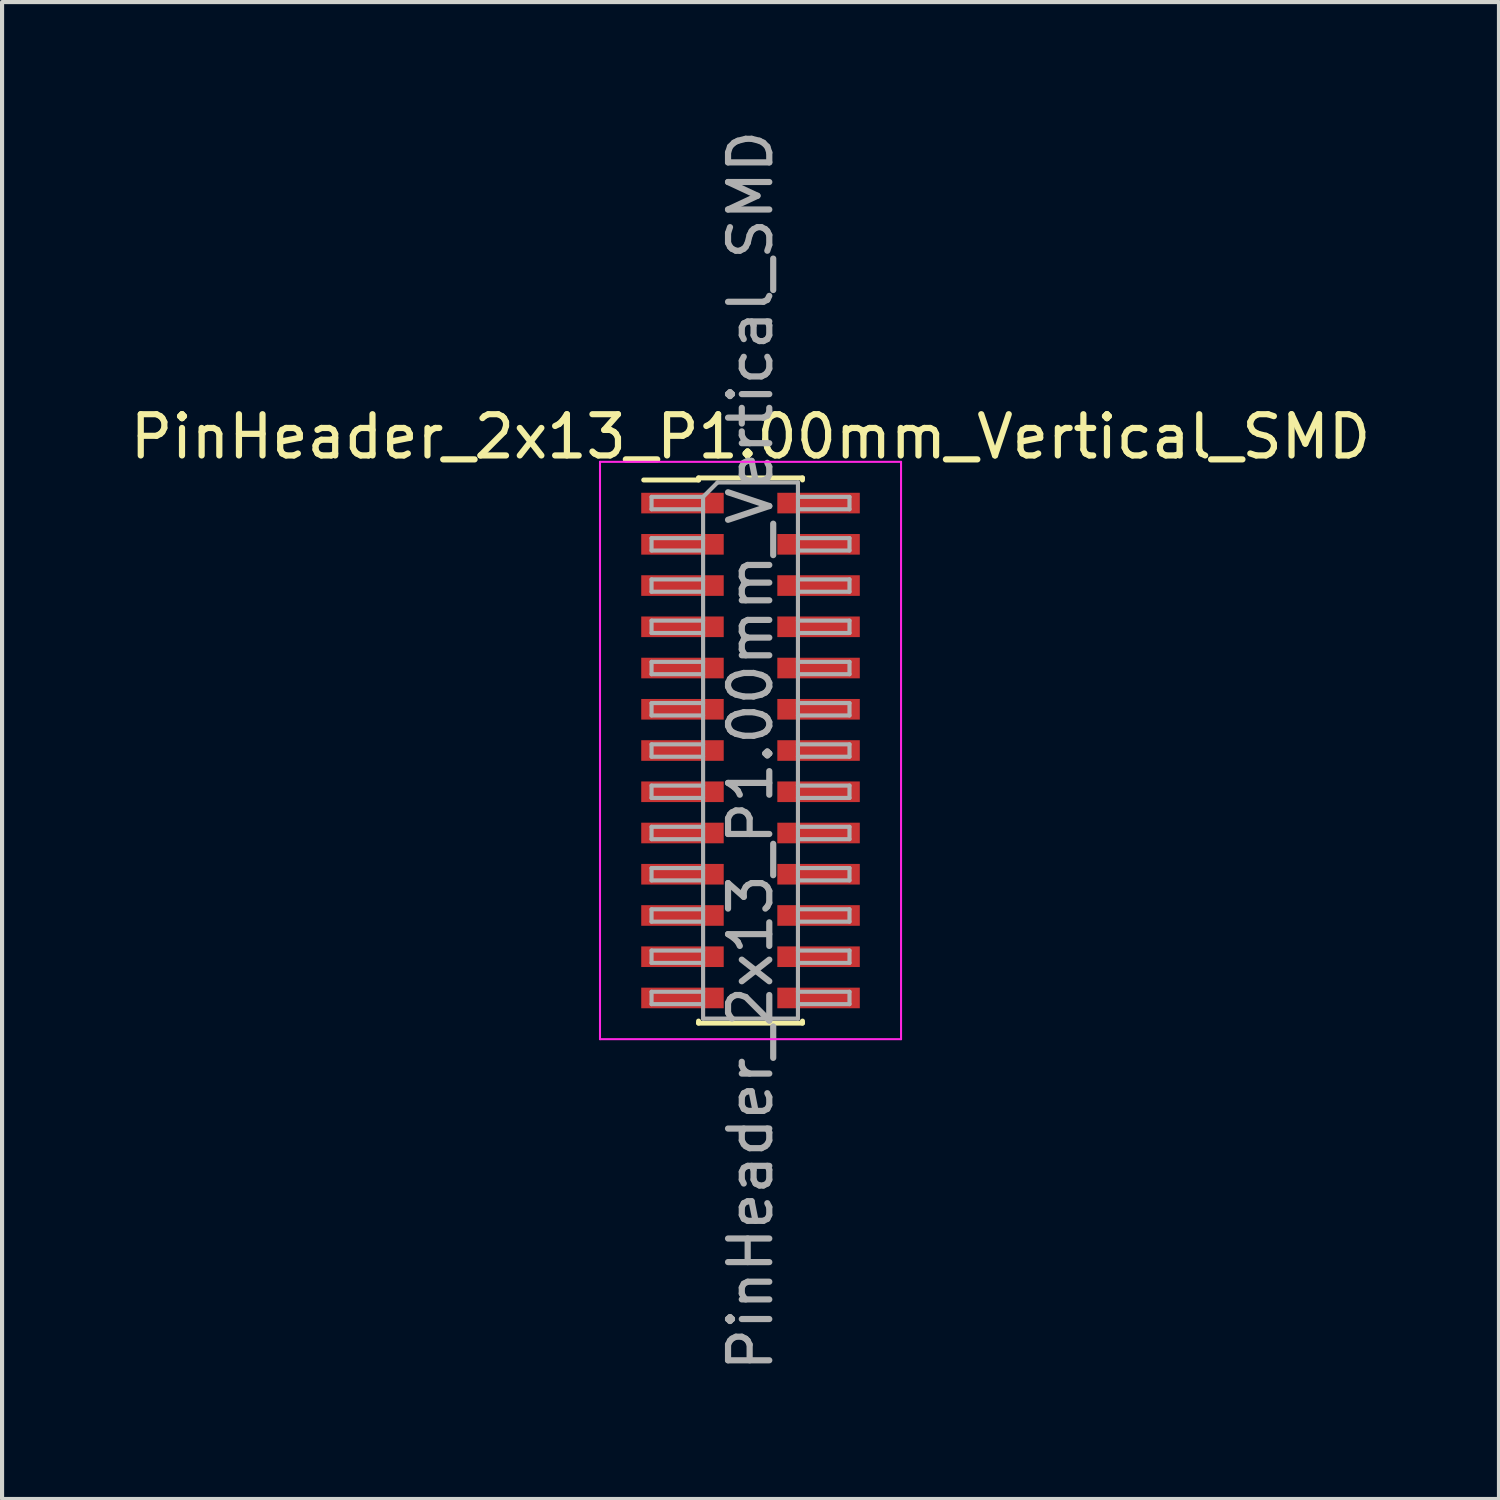
<source format=kicad_pcb>
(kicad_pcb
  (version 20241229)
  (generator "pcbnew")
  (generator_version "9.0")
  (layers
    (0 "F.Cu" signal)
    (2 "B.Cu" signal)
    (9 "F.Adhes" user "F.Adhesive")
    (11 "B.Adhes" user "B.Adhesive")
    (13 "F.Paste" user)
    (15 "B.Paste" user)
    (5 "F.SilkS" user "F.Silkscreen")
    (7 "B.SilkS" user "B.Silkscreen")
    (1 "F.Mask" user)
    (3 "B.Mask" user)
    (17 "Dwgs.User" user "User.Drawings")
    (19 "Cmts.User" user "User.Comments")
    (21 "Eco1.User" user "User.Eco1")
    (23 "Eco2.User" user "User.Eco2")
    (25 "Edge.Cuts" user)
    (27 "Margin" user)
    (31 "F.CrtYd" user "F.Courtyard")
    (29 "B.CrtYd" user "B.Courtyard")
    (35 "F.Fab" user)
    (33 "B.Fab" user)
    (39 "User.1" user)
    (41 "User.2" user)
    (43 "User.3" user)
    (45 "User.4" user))
  (footprint "PinHeader_2x13_P1.00mm_Vertical_SMD"
    (layer "F.Cu")
    (at 15.149 15.149)
    (property "Reference" "PinHeader_2x13_P1.00mm_Vertical_SMD" (at 0 -7.61 0) (layer "F.SilkS") (effects (font (size 1 1) (thickness 0.15))))
    (attr smd)
    (fp_line (start -2.59 -6.56) (end -1.26 -6.56) (stroke (width 0.12) (type solid)) (layer "F.SilkS"))
    (fp_line (start -1.26 -6.61) (end -1.26 -6.56) (stroke (width 0.12) (type solid)) (layer "F.SilkS"))
    (fp_line (start -1.26 -6.61) (end 1.26 -6.61) (stroke (width 0.12) (type solid)) (layer "F.SilkS"))
    (fp_line (start -1.26 6.56) (end -1.26 6.61) (stroke (width 0.12) (type solid)) (layer "F.SilkS"))
    (fp_line (start -1.26 6.61) (end 1.26 6.61) (stroke (width 0.12) (type solid)) (layer "F.SilkS"))
    (fp_line (start 1.26 -6.61) (end 1.26 -6.56) (stroke (width 0.12) (type solid)) (layer "F.SilkS"))
    (fp_line (start 1.26 6.56) (end 1.26 6.61) (stroke (width 0.12) (type solid)) (layer "F.SilkS"))
    (fp_line (start -3.65 -7) (end -3.65 7) (stroke (width 0.05) (type solid)) (layer "F.CrtYd"))
    (fp_line (start -3.65 7) (end 3.65 7) (stroke (width 0.05) (type solid)) (layer "F.CrtYd"))
    (fp_line (start 3.65 -7) (end -3.65 -7) (stroke (width 0.05) (type solid)) (layer "F.CrtYd"))
    (fp_line (start 3.65 7) (end 3.65 -7) (stroke (width 0.05) (type solid)) (layer "F.CrtYd"))
    (fp_line (start -2.4 -6.15) (end -2.4 -5.85) (stroke (width 0.1) (type solid)) (layer "F.Fab"))
    (fp_line (start -2.4 -5.85) (end -1.15 -5.85) (stroke (width 0.1) (type solid)) (layer "F.Fab"))
    (fp_line (start -2.4 -5.15) (end -2.4 -4.85) (stroke (width 0.1) (type solid)) (layer "F.Fab"))
    (fp_line (start -2.4 -4.85) (end -1.15 -4.85) (stroke (width 0.1) (type solid)) (layer "F.Fab"))
    (fp_line (start -2.4 -4.15) (end -2.4 -3.85) (stroke (width 0.1) (type solid)) (layer "F.Fab"))
    (fp_line (start -2.4 -3.85) (end -1.15 -3.85) (stroke (width 0.1) (type solid)) (layer "F.Fab"))
    (fp_line (start -2.4 -3.15) (end -2.4 -2.85) (stroke (width 0.1) (type solid)) (layer "F.Fab"))
    (fp_line (start -2.4 -2.85) (end -1.15 -2.85) (stroke (width 0.1) (type solid)) (layer "F.Fab"))
    (fp_line (start -2.4 -2.15) (end -2.4 -1.85) (stroke (width 0.1) (type solid)) (layer "F.Fab"))
    (fp_line (start -2.4 -1.85) (end -1.15 -1.85) (stroke (width 0.1) (type solid)) (layer "F.Fab"))
    (fp_line (start -2.4 -1.15) (end -2.4 -0.85) (stroke (width 0.1) (type solid)) (layer "F.Fab"))
    (fp_line (start -2.4 -0.85) (end -1.15 -0.85) (stroke (width 0.1) (type solid)) (layer "F.Fab"))
    (fp_line (start -2.4 -0.15) (end -2.4 0.15) (stroke (width 0.1) (type solid)) (layer "F.Fab"))
    (fp_line (start -2.4 0.15) (end -1.15 0.15) (stroke (width 0.1) (type solid)) (layer "F.Fab"))
    (fp_line (start -2.4 0.85) (end -2.4 1.15) (stroke (width 0.1) (type solid)) (layer "F.Fab"))
    (fp_line (start -2.4 1.15) (end -1.15 1.15) (stroke (width 0.1) (type solid)) (layer "F.Fab"))
    (fp_line (start -2.4 1.85) (end -2.4 2.15) (stroke (width 0.1) (type solid)) (layer "F.Fab"))
    (fp_line (start -2.4 2.15) (end -1.15 2.15) (stroke (width 0.1) (type solid)) (layer "F.Fab"))
    (fp_line (start -2.4 2.85) (end -2.4 3.15) (stroke (width 0.1) (type solid)) (layer "F.Fab"))
    (fp_line (start -2.4 3.15) (end -1.15 3.15) (stroke (width 0.1) (type solid)) (layer "F.Fab"))
    (fp_line (start -2.4 3.85) (end -2.4 4.15) (stroke (width 0.1) (type solid)) (layer "F.Fab"))
    (fp_line (start -2.4 4.15) (end -1.15 4.15) (stroke (width 0.1) (type solid)) (layer "F.Fab"))
    (fp_line (start -2.4 4.85) (end -2.4 5.15) (stroke (width 0.1) (type solid)) (layer "F.Fab"))
    (fp_line (start -2.4 5.15) (end -1.15 5.15) (stroke (width 0.1) (type solid)) (layer "F.Fab"))
    (fp_line (start -2.4 5.85) (end -2.4 6.15) (stroke (width 0.1) (type solid)) (layer "F.Fab"))
    (fp_line (start -2.4 6.15) (end -1.15 6.15) (stroke (width 0.1) (type solid)) (layer "F.Fab"))
    (fp_line (start -1.15 -6.15) (end -2.4 -6.15) (stroke (width 0.1) (type solid)) (layer "F.Fab"))
    (fp_line (start -1.15 -6.15) (end -0.8 -6.5) (stroke (width 0.1) (type solid)) (layer "F.Fab"))
    (fp_line (start -1.15 -5.15) (end -2.4 -5.15) (stroke (width 0.1) (type solid)) (layer "F.Fab"))
    (fp_line (start -1.15 -4.15) (end -2.4 -4.15) (stroke (width 0.1) (type solid)) (layer "F.Fab"))
    (fp_line (start -1.15 -3.15) (end -2.4 -3.15) (stroke (width 0.1) (type solid)) (layer "F.Fab"))
    (fp_line (start -1.15 -2.15) (end -2.4 -2.15) (stroke (width 0.1) (type solid)) (layer "F.Fab"))
    (fp_line (start -1.15 -1.15) (end -2.4 -1.15) (stroke (width 0.1) (type solid)) (layer "F.Fab"))
    (fp_line (start -1.15 -0.15) (end -2.4 -0.15) (stroke (width 0.1) (type solid)) (layer "F.Fab"))
    (fp_line (start -1.15 0.85) (end -2.4 0.85) (stroke (width 0.1) (type solid)) (layer "F.Fab"))
    (fp_line (start -1.15 1.85) (end -2.4 1.85) (stroke (width 0.1) (type solid)) (layer "F.Fab"))
    (fp_line (start -1.15 2.85) (end -2.4 2.85) (stroke (width 0.1) (type solid)) (layer "F.Fab"))
    (fp_line (start -1.15 3.85) (end -2.4 3.85) (stroke (width 0.1) (type solid)) (layer "F.Fab"))
    (fp_line (start -1.15 4.85) (end -2.4 4.85) (stroke (width 0.1) (type solid)) (layer "F.Fab"))
    (fp_line (start -1.15 5.85) (end -2.4 5.85) (stroke (width 0.1) (type solid)) (layer "F.Fab"))
    (fp_line (start -1.15 6.5) (end -1.15 -6.15) (stroke (width 0.1) (type solid)) (layer "F.Fab"))
    (fp_line (start -0.8 -6.5) (end 1.15 -6.5) (stroke (width 0.1) (type solid)) (layer "F.Fab"))
    (fp_line (start 1.15 -6.5) (end 1.15 6.5) (stroke (width 0.1) (type solid)) (layer "F.Fab"))
    (fp_line (start 1.15 -6.15) (end 2.4 -6.15) (stroke (width 0.1) (type solid)) (layer "F.Fab"))
    (fp_line (start 1.15 -5.15) (end 2.4 -5.15) (stroke (width 0.1) (type solid)) (layer "F.Fab"))
    (fp_line (start 1.15 -4.15) (end 2.4 -4.15) (stroke (width 0.1) (type solid)) (layer "F.Fab"))
    (fp_line (start 1.15 -3.15) (end 2.4 -3.15) (stroke (width 0.1) (type solid)) (layer "F.Fab"))
    (fp_line (start 1.15 -2.15) (end 2.4 -2.15) (stroke (width 0.1) (type solid)) (layer "F.Fab"))
    (fp_line (start 1.15 -1.15) (end 2.4 -1.15) (stroke (width 0.1) (type solid)) (layer "F.Fab"))
    (fp_line (start 1.15 -0.15) (end 2.4 -0.15) (stroke (width 0.1) (type solid)) (layer "F.Fab"))
    (fp_line (start 1.15 0.85) (end 2.4 0.85) (stroke (width 0.1) (type solid)) (layer "F.Fab"))
    (fp_line (start 1.15 1.85) (end 2.4 1.85) (stroke (width 0.1) (type solid)) (layer "F.Fab"))
    (fp_line (start 1.15 2.85) (end 2.4 2.85) (stroke (width 0.1) (type solid)) (layer "F.Fab"))
    (fp_line (start 1.15 3.85) (end 2.4 3.85) (stroke (width 0.1) (type solid)) (layer "F.Fab"))
    (fp_line (start 1.15 4.85) (end 2.4 4.85) (stroke (width 0.1) (type solid)) (layer "F.Fab"))
    (fp_line (start 1.15 5.85) (end 2.4 5.85) (stroke (width 0.1) (type solid)) (layer "F.Fab"))
    (fp_line (start 1.15 6.5) (end -1.15 6.5) (stroke (width 0.1) (type solid)) (layer "F.Fab"))
    (fp_line (start 2.4 -6.15) (end 2.4 -5.85) (stroke (width 0.1) (type solid)) (layer "F.Fab"))
    (fp_line (start 2.4 -5.85) (end 1.15 -5.85) (stroke (width 0.1) (type solid)) (layer "F.Fab"))
    (fp_line (start 2.4 -5.15) (end 2.4 -4.85) (stroke (width 0.1) (type solid)) (layer "F.Fab"))
    (fp_line (start 2.4 -4.85) (end 1.15 -4.85) (stroke (width 0.1) (type solid)) (layer "F.Fab"))
    (fp_line (start 2.4 -4.15) (end 2.4 -3.85) (stroke (width 0.1) (type solid)) (layer "F.Fab"))
    (fp_line (start 2.4 -3.85) (end 1.15 -3.85) (stroke (width 0.1) (type solid)) (layer "F.Fab"))
    (fp_line (start 2.4 -3.15) (end 2.4 -2.85) (stroke (width 0.1) (type solid)) (layer "F.Fab"))
    (fp_line (start 2.4 -2.85) (end 1.15 -2.85) (stroke (width 0.1) (type solid)) (layer "F.Fab"))
    (fp_line (start 2.4 -2.15) (end 2.4 -1.85) (stroke (width 0.1) (type solid)) (layer "F.Fab"))
    (fp_line (start 2.4 -1.85) (end 1.15 -1.85) (stroke (width 0.1) (type solid)) (layer "F.Fab"))
    (fp_line (start 2.4 -1.15) (end 2.4 -0.85) (stroke (width 0.1) (type solid)) (layer "F.Fab"))
    (fp_line (start 2.4 -0.85) (end 1.15 -0.85) (stroke (width 0.1) (type solid)) (layer "F.Fab"))
    (fp_line (start 2.4 -0.15) (end 2.4 0.15) (stroke (width 0.1) (type solid)) (layer "F.Fab"))
    (fp_line (start 2.4 0.15) (end 1.15 0.15) (stroke (width 0.1) (type solid)) (layer "F.Fab"))
    (fp_line (start 2.4 0.85) (end 2.4 1.15) (stroke (width 0.1) (type solid)) (layer "F.Fab"))
    (fp_line (start 2.4 1.15) (end 1.15 1.15) (stroke (width 0.1) (type solid)) (layer "F.Fab"))
    (fp_line (start 2.4 1.85) (end 2.4 2.15) (stroke (width 0.1) (type solid)) (layer "F.Fab"))
    (fp_line (start 2.4 2.15) (end 1.15 2.15) (stroke (width 0.1) (type solid)) (layer "F.Fab"))
    (fp_line (start 2.4 2.85) (end 2.4 3.15) (stroke (width 0.1) (type solid)) (layer "F.Fab"))
    (fp_line (start 2.4 3.15) (end 1.15 3.15) (stroke (width 0.1) (type solid)) (layer "F.Fab"))
    (fp_line (start 2.4 3.85) (end 2.4 4.15) (stroke (width 0.1) (type solid)) (layer "F.Fab"))
    (fp_line (start 2.4 4.15) (end 1.15 4.15) (stroke (width 0.1) (type solid)) (layer "F.Fab"))
    (fp_line (start 2.4 4.85) (end 2.4 5.15) (stroke (width 0.1) (type solid)) (layer "F.Fab"))
    (fp_line (start 2.4 5.15) (end 1.15 5.15) (stroke (width 0.1) (type solid)) (layer "F.Fab"))
    (fp_line (start 2.4 5.85) (end 2.4 6.15) (stroke (width 0.1) (type solid)) (layer "F.Fab"))
    (fp_line (start 2.4 6.15) (end 1.15 6.15) (stroke (width 0.1) (type solid)) (layer "F.Fab"))
    (fp_text user "${REFERENCE}" (at 0 0 90) (layer "F.Fab") (effects (font (size 1 1) (thickness 0.15))))
    (pad "1" smd rect (at -1.65 -6) (size 2 0.5) (layers "F.Cu" "F.Mask" "F.Paste"))
    (pad "2" smd rect (at 1.65 -6) (size 2 0.5) (layers "F.Cu" "F.Mask" "F.Paste"))
    (pad "3" smd rect (at -1.65 -5) (size 2 0.5) (layers "F.Cu" "F.Mask" "F.Paste"))
    (pad "4" smd rect (at 1.65 -5) (size 2 0.5) (layers "F.Cu" "F.Mask" "F.Paste"))
    (pad "5" smd rect (at -1.65 -4) (size 2 0.5) (layers "F.Cu" "F.Mask" "F.Paste"))
    (pad "6" smd rect (at 1.65 -4) (size 2 0.5) (layers "F.Cu" "F.Mask" "F.Paste"))
    (pad "7" smd rect (at -1.65 -3) (size 2 0.5) (layers "F.Cu" "F.Mask" "F.Paste"))
    (pad "8" smd rect (at 1.65 -3) (size 2 0.5) (layers "F.Cu" "F.Mask" "F.Paste"))
    (pad "9" smd rect (at -1.65 -2) (size 2 0.5) (layers "F.Cu" "F.Mask" "F.Paste"))
    (pad "10" smd rect (at 1.65 -2) (size 2 0.5) (layers "F.Cu" "F.Mask" "F.Paste"))
    (pad "11" smd rect (at -1.65 -1) (size 2 0.5) (layers "F.Cu" "F.Mask" "F.Paste"))
    (pad "12" smd rect (at 1.65 -1) (size 2 0.5) (layers "F.Cu" "F.Mask" "F.Paste"))
    (pad "13" smd rect (at -1.65 0) (size 2 0.5) (layers "F.Cu" "F.Mask" "F.Paste"))
    (pad "14" smd rect (at 1.65 0) (size 2 0.5) (layers "F.Cu" "F.Mask" "F.Paste"))
    (pad "15" smd rect (at -1.65 1) (size 2 0.5) (layers "F.Cu" "F.Mask" "F.Paste"))
    (pad "16" smd rect (at 1.65 1) (size 2 0.5) (layers "F.Cu" "F.Mask" "F.Paste"))
    (pad "17" smd rect (at -1.65 2) (size 2 0.5) (layers "F.Cu" "F.Mask" "F.Paste"))
    (pad "18" smd rect (at 1.65 2) (size 2 0.5) (layers "F.Cu" "F.Mask" "F.Paste"))
    (pad "19" smd rect (at -1.65 3) (size 2 0.5) (layers "F.Cu" "F.Mask" "F.Paste"))
    (pad "20" smd rect (at 1.65 3) (size 2 0.5) (layers "F.Cu" "F.Mask" "F.Paste"))
    (pad "21" smd rect (at -1.65 4) (size 2 0.5) (layers "F.Cu" "F.Mask" "F.Paste"))
    (pad "22" smd rect (at 1.65 4) (size 2 0.5) (layers "F.Cu" "F.Mask" "F.Paste"))
    (pad "23" smd rect (at -1.65 5) (size 2 0.5) (layers "F.Cu" "F.Mask" "F.Paste"))
    (pad "24" smd rect (at 1.65 5) (size 2 0.5) (layers "F.Cu" "F.Mask" "F.Paste"))
    (pad "25" smd rect (at -1.65 6) (size 2 0.5) (layers "F.Cu" "F.Mask" "F.Paste"))
    (pad "26" smd rect (at 1.65 6) (size 2 0.5) (layers "F.Cu" "F.Mask" "F.Paste")))
  (gr_rect
    (start -3 -3)
    (end 33.298 33.298)
    (stroke (width 0.1) (type default))
    (fill no)
    (layer "Edge.Cuts")))
</source>
